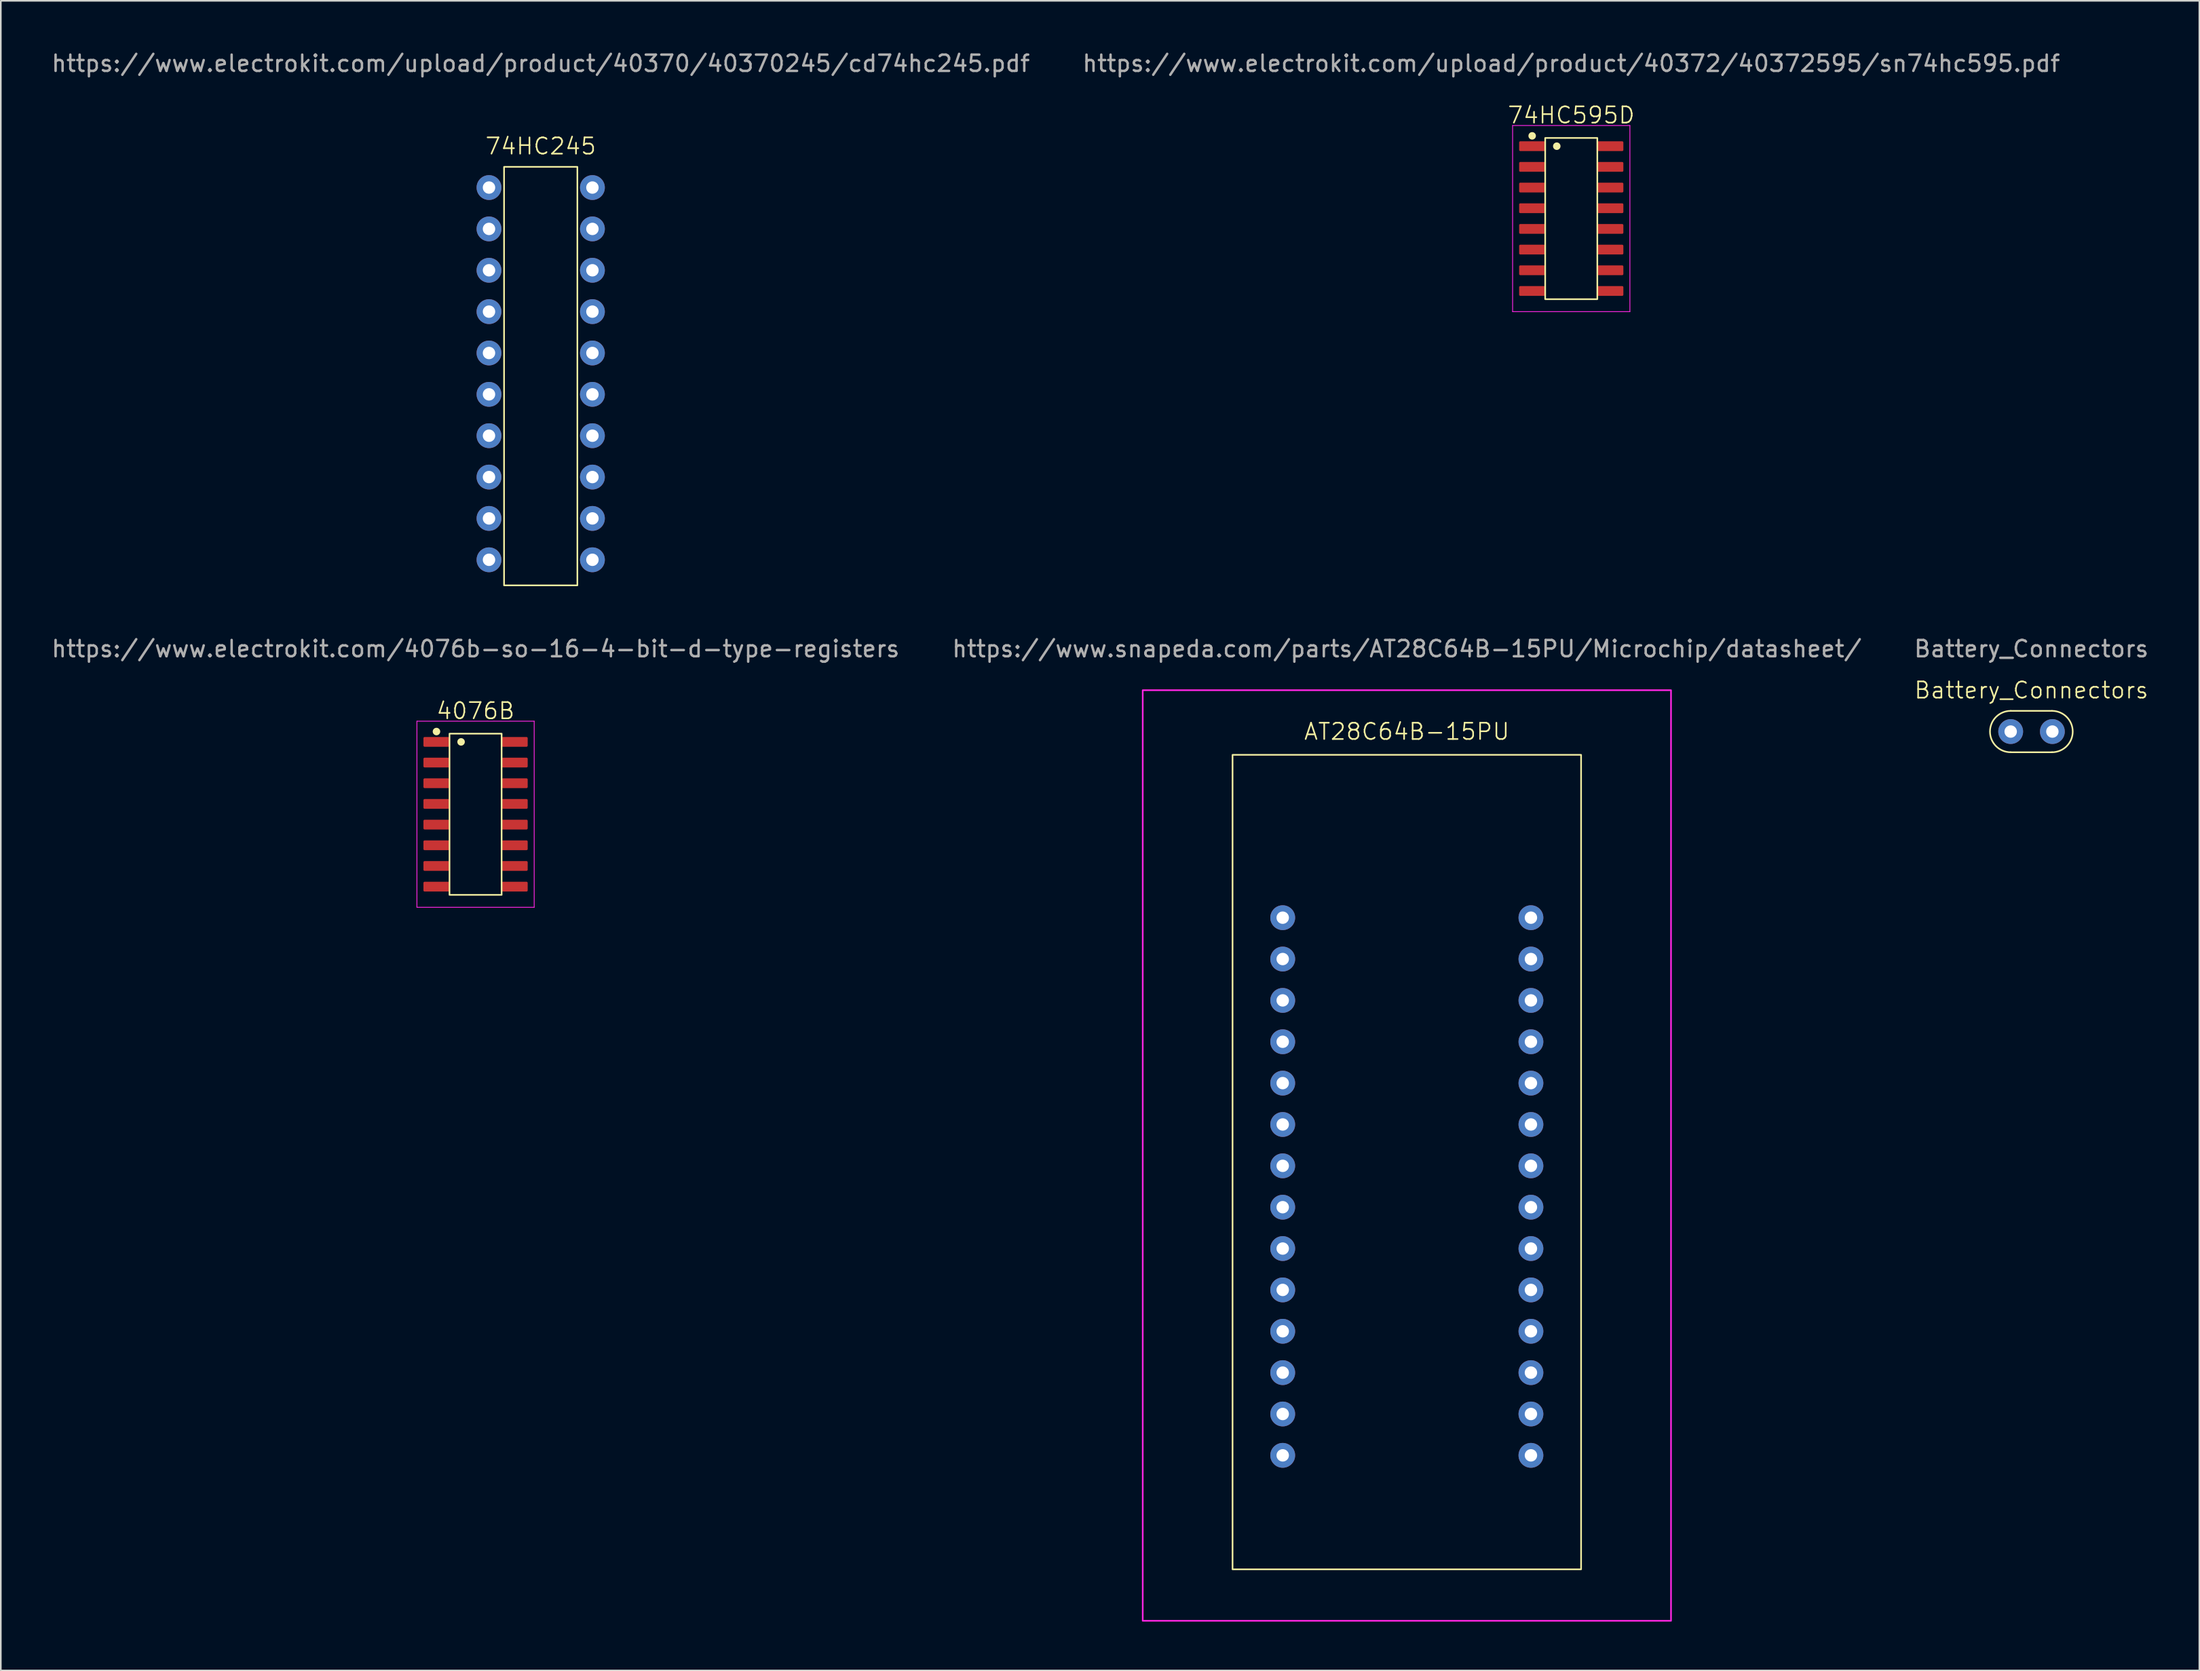
<source format=kicad_pcb>
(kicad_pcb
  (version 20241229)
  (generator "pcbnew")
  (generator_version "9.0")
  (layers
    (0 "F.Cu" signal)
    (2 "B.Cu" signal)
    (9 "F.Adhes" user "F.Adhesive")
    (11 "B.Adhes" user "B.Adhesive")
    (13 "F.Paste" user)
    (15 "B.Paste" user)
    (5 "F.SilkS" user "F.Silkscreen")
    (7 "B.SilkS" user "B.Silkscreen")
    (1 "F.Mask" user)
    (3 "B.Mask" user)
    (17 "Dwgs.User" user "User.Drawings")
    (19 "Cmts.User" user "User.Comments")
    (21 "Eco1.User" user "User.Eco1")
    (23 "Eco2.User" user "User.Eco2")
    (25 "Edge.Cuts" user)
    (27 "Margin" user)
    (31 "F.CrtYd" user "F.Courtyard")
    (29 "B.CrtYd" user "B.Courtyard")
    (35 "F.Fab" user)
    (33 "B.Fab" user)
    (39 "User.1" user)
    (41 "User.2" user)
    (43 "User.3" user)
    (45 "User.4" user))
  (footprint "4076B"
    (layer "F.Cu")
    (at 26.149 46.956)
    (property "Reference" "4076B" (at 0 -6.35 0) (unlocked yes) (layer "F.SilkS") (effects (font (size 1 1) (thickness 0.1))))
    (attr smd)
    (fp_rect (start -1.6 -4.95) (end 1.6 4.95) (stroke (width 0.1) (type solid)) (fill no) (layer "F.SilkS"))
    (fp_circle (center -2.4 -5.08) (end -2.22 -5.08) (stroke (width 0.1) (type solid)) (fill yes) (layer "F.SilkS"))
    (fp_circle (center -0.889 -4.445) (end -0.709 -4.445) (stroke (width 0.1) (type solid)) (fill yes) (layer "F.SilkS"))
    (fp_line (start -3.6 -5.715) (end -3.6 5.715) (stroke (width 0.05) (type default)) (layer "F.CrtYd"))
    (fp_line (start -3.6 5.715) (end 3.6 5.715) (stroke (width 0.05) (type default)) (layer "F.CrtYd"))
    (fp_line (start 3.6 -5.715) (end -3.6 -5.715) (stroke (width 0.05) (type default)) (layer "F.CrtYd"))
    (fp_line (start 3.6 5.715) (end 3.6 -5.715) (stroke (width 0.05) (type default)) (layer "F.CrtYd"))
    (fp_text user "https://www.electrokit.com/4076b-so-16-4-bit-d-type-registers" (at 0 -10.16 0) (unlocked yes) (layer "F.Fab") (effects (font (size 1 1) (thickness 0.15))))
    (pad "1" smd roundrect (at -2.4 -4.445) (size 1.6 0.6) (layers "F.Cu" "F.Mask" "F.Paste") (roundrect_rratio 0.117))
    (pad "2" smd roundrect (at -2.4 -3.175) (size 1.6 0.6) (layers "F.Cu" "F.Mask" "F.Paste") (roundrect_rratio 0.117))
    (pad "3" smd roundrect (at -2.4 -1.905) (size 1.6 0.6) (layers "F.Cu" "F.Mask" "F.Paste") (roundrect_rratio 0.117))
    (pad "4" smd roundrect (at -2.4 -0.635) (size 1.6 0.6) (layers "F.Cu" "F.Mask" "F.Paste") (roundrect_rratio 0.117))
    (pad "5" smd roundrect (at -2.4 0.635) (size 1.6 0.6) (layers "F.Cu" "F.Mask" "F.Paste") (roundrect_rratio 0.117))
    (pad "6" smd roundrect (at -2.4 1.905) (size 1.6 0.6) (layers "F.Cu" "F.Mask" "F.Paste") (roundrect_rratio 0.117))
    (pad "7" smd roundrect (at -2.4 3.175) (size 1.6 0.6) (layers "F.Cu" "F.Mask" "F.Paste") (roundrect_rratio 0.117))
    (pad "8" smd roundrect (at -2.4 4.445) (size 1.6 0.6) (layers "F.Cu" "F.Mask" "F.Paste") (roundrect_rratio 0.117))
    (pad "9" smd roundrect (at 2.4 4.445) (size 1.6 0.6) (layers "F.Cu" "F.Mask" "F.Paste") (roundrect_rratio 0.117))
    (pad "10" smd roundrect (at 2.4 3.175) (size 1.6 0.6) (layers "F.Cu" "F.Mask" "F.Paste") (roundrect_rratio 0.117))
    (pad "11" smd roundrect (at 2.4 1.905) (size 1.6 0.6) (layers "F.Cu" "F.Mask" "F.Paste") (roundrect_rratio 0.117))
    (pad "12" smd roundrect (at 2.4 0.635) (size 1.6 0.6) (layers "F.Cu" "F.Mask" "F.Paste") (roundrect_rratio 0.117))
    (pad "13" smd roundrect (at 2.4 -0.635) (size 1.6 0.6) (layers "F.Cu" "F.Mask" "F.Paste") (roundrect_rratio 0.117))
    (pad "14" smd roundrect (at 2.4 -1.905) (size 1.6 0.6) (layers "F.Cu" "F.Mask" "F.Paste") (roundrect_rratio 0.117))
    (pad "15" smd roundrect (at 2.4 -3.175) (size 1.6 0.6) (layers "F.Cu" "F.Mask" "F.Paste") (roundrect_rratio 0.117))
    (pad "16" smd roundrect (at 2.4 -4.445) (size 1.6 0.6) (layers "F.Cu" "F.Mask" "F.Paste") (roundrect_rratio 0.117)))
  (footprint "74HC595D"
    (layer "F.Cu")
    (at 93.423 10.373)
    (property "Reference" "74HC595D" (at 0 -6.35 0) (unlocked yes) (layer "F.SilkS") (effects (font (size 1 1) (thickness 0.1))))
    (attr smd)
    (fp_rect (start -1.6 -4.95) (end 1.6 4.95) (stroke (width 0.1) (type solid)) (fill no) (layer "F.SilkS"))
    (fp_circle (center -2.4 -5.08) (end -2.22 -5.08) (stroke (width 0.1) (type solid)) (fill yes) (layer "F.SilkS"))
    (fp_circle (center -0.889 -4.445) (end -0.709 -4.445) (stroke (width 0.1) (type solid)) (fill yes) (layer "F.SilkS"))
    (fp_line (start -3.6 -5.715) (end -3.6 5.715) (stroke (width 0.05) (type default)) (layer "F.CrtYd"))
    (fp_line (start -3.6 5.715) (end 3.6 5.715) (stroke (width 0.05) (type default)) (layer "F.CrtYd"))
    (fp_line (start 3.6 -5.715) (end -3.6 -5.715) (stroke (width 0.05) (type default)) (layer "F.CrtYd"))
    (fp_line (start 3.6 5.715) (end 3.6 -5.715) (stroke (width 0.05) (type default)) (layer "F.CrtYd"))
    (fp_text user "https://www.electrokit.com/upload/product/40372/40372595/sn74hc595.pdf" (at 0 -9.525 0) (unlocked yes) (layer "F.Fab") (effects (font (size 1 1) (thickness 0.15))))
    (pad "1" smd roundrect (at -2.4 -4.445) (size 1.6 0.6) (layers "F.Cu" "F.Mask" "F.Paste") (roundrect_rratio 0.117))
    (pad "2" smd roundrect (at -2.4 -3.175) (size 1.6 0.6) (layers "F.Cu" "F.Mask" "F.Paste") (roundrect_rratio 0.117))
    (pad "3" smd roundrect (at -2.4 -1.905) (size 1.6 0.6) (layers "F.Cu" "F.Mask" "F.Paste") (roundrect_rratio 0.117))
    (pad "4" smd roundrect (at -2.4 -0.635) (size 1.6 0.6) (layers "F.Cu" "F.Mask" "F.Paste") (roundrect_rratio 0.117))
    (pad "5" smd roundrect (at -2.4 0.635) (size 1.6 0.6) (layers "F.Cu" "F.Mask" "F.Paste") (roundrect_rratio 0.117))
    (pad "6" smd roundrect (at -2.4 1.905) (size 1.6 0.6) (layers "F.Cu" "F.Mask" "F.Paste") (roundrect_rratio 0.117))
    (pad "7" smd roundrect (at -2.4 3.175) (size 1.6 0.6) (layers "F.Cu" "F.Mask" "F.Paste") (roundrect_rratio 0.117))
    (pad "8" smd roundrect (at -2.4 4.445) (size 1.6 0.6) (layers "F.Cu" "F.Mask" "F.Paste") (roundrect_rratio 0.117))
    (pad "9" smd roundrect (at 2.4 4.445) (size 1.6 0.6) (layers "F.Cu" "F.Mask" "F.Paste") (roundrect_rratio 0.117))
    (pad "10" smd roundrect (at 2.4 3.175) (size 1.6 0.6) (layers "F.Cu" "F.Mask" "F.Paste") (roundrect_rratio 0.117))
    (pad "11" smd roundrect (at 2.4 1.905) (size 1.6 0.6) (layers "F.Cu" "F.Mask" "F.Paste") (roundrect_rratio 0.117))
    (pad "12" smd roundrect (at 2.4 0.635) (size 1.6 0.6) (layers "F.Cu" "F.Mask" "F.Paste") (roundrect_rratio 0.117))
    (pad "13" smd roundrect (at 2.4 -0.635) (size 1.6 0.6) (layers "F.Cu" "F.Mask" "F.Paste") (roundrect_rratio 0.117))
    (pad "14" smd roundrect (at 2.4 -1.905) (size 1.6 0.6) (layers "F.Cu" "F.Mask" "F.Paste") (roundrect_rratio 0.117))
    (pad "15" smd roundrect (at 2.4 -3.175) (size 1.6 0.6) (layers "F.Cu" "F.Mask" "F.Paste") (roundrect_rratio 0.117))
    (pad "16" smd roundrect (at 2.4 -4.445) (size 1.6 0.6) (layers "F.Cu" "F.Mask" "F.Paste") (roundrect_rratio 0.117)))
  (footprint "74HC245"
    (layer "F.Cu")
    (at 30.149 19.898)
    (property "Reference" "74HC245" (at 0 -13.97 0) (unlocked yes) (layer "F.SilkS") (effects (font (size 1 1) (thickness 0.1))))
    (attr through_hole)
    (fp_rect (start -2.25 -12.7) (end 2.25 13) (stroke (width 0.1) (type default)) (fill no) (layer "F.SilkS"))
    (fp_text user "https://www.electrokit.com/upload/product/40370/40370245/cd74hc245.pdf" (at 0 -19.05 0) (unlocked yes) (layer "F.Fab") (effects (font (size 1 1) (thickness 0.15))))
    (pad "1" thru_hole circle (at -3.175 -11.43) (size 1.524 1.524) (drill 0.762) (layers "*.Cu" "*.Mask"))
    (pad "2" thru_hole circle (at -3.175 -8.89) (size 1.524 1.524) (drill 0.762) (layers "*.Cu" "*.Mask"))
    (pad "3" thru_hole circle (at -3.175 -6.35) (size 1.524 1.524) (drill 0.762) (layers "*.Cu" "*.Mask"))
    (pad "4" thru_hole circle (at -3.175 -3.81) (size 1.524 1.524) (drill 0.762) (layers "*.Cu" "*.Mask"))
    (pad "5" thru_hole circle (at -3.175 -1.27) (size 1.524 1.524) (drill 0.762) (layers "*.Cu" "*.Mask"))
    (pad "6" thru_hole circle (at -3.175 1.27) (size 1.524 1.524) (drill 0.762) (layers "*.Cu" "*.Mask"))
    (pad "7" thru_hole circle (at -3.175 3.81) (size 1.524 1.524) (drill 0.762) (layers "*.Cu" "*.Mask"))
    (pad "8" thru_hole circle (at -3.175 6.35) (size 1.524 1.524) (drill 0.762) (layers "*.Cu" "*.Mask"))
    (pad "9" thru_hole circle (at -3.175 8.89) (size 1.524 1.524) (drill 0.762) (layers "*.Cu" "*.Mask"))
    (pad "10" thru_hole circle (at -3.175 11.43) (size 1.524 1.524) (drill 0.762) (layers "*.Cu" "*.Mask"))
    (pad "11" thru_hole circle (at 3.175 11.43) (size 1.524 1.524) (drill 0.762) (layers "*.Cu" "*.Mask"))
    (pad "12" thru_hole circle (at 3.175 8.89) (size 1.524 1.524) (drill 0.762) (layers "*.Cu" "*.Mask"))
    (pad "13" thru_hole circle (at 3.175 6.35) (size 1.524 1.524) (drill 0.762) (layers "*.Cu" "*.Mask"))
    (pad "14" thru_hole circle (at 3.175 3.81) (size 1.524 1.524) (drill 0.762) (layers "*.Cu" "*.Mask"))
    (pad "15" thru_hole circle (at 3.175 1.27) (size 1.524 1.524) (drill 0.762) (layers "*.Cu" "*.Mask"))
    (pad "16" thru_hole circle (at 3.175 -1.27) (size 1.524 1.524) (drill 0.762) (layers "*.Cu" "*.Mask"))
    (pad "17" thru_hole circle (at 3.175 -3.81) (size 1.524 1.524) (drill 0.762) (layers "*.Cu" "*.Mask"))
    (pad "18" thru_hole circle (at 3.175 -6.35) (size 1.524 1.524) (drill 0.762) (layers "*.Cu" "*.Mask"))
    (pad "19" thru_hole circle (at 3.175 -8.89) (size 1.524 1.524) (drill 0.762) (layers "*.Cu" "*.Mask"))
    (pad "20" thru_hole circle (at 3.175 -11.43) (size 1.524 1.524) (drill 0.762) (layers "*.Cu" "*.Mask")))
  (footprint "AT28C64B-15PU"
    (layer "F.Cu")
    (at 83.327 69.817)
    (property "Reference" "AT28C64B-15PU" (at 0 -27.94 0) (unlocked yes) (layer "F.SilkS") (effects (font (size 1 1) (thickness 0.1))))
    (attr through_hole)
    (fp_rect (start -10.7 -26.51) (end 10.7 23.51) (stroke (width 0.1) (type default)) (fill no) (layer "F.SilkS"))
    (fp_rect (start -16.215 -30.48) (end 16.221 26.67) (stroke (width 0.1) (type default)) (fill no) (layer "F.CrtYd"))
    (fp_text user "https://www.snapeda.com/parts/AT28C64B-15PU/Microchip/datasheet/" (at 0 -33.02 0) (unlocked yes) (layer "F.Fab") (effects (font (size 1 1) (thickness 0.15))))
    (pad "1" thru_hole circle (at -7.62 -16.51) (size 1.524 1.524) (drill 0.762) (layers "*.Cu" "*.Mask"))
    (pad "2" thru_hole circle (at -7.62 -13.97) (size 1.524 1.524) (drill 0.762) (layers "*.Cu" "*.Mask"))
    (pad "3" thru_hole circle (at -7.62 -11.43) (size 1.524 1.524) (drill 0.762) (layers "*.Cu" "*.Mask"))
    (pad "4" thru_hole circle (at -7.62 -8.89) (size 1.524 1.524) (drill 0.762) (layers "*.Cu" "*.Mask"))
    (pad "5" thru_hole circle (at -7.62 -6.35) (size 1.524 1.524) (drill 0.762) (layers "*.Cu" "*.Mask"))
    (pad "6" thru_hole circle (at -7.62 -3.81) (size 1.524 1.524) (drill 0.762) (layers "*.Cu" "*.Mask"))
    (pad "7" thru_hole circle (at -7.62 -1.27) (size 1.524 1.524) (drill 0.762) (layers "*.Cu" "*.Mask"))
    (pad "8" thru_hole circle (at -7.62 1.27) (size 1.524 1.524) (drill 0.762) (layers "*.Cu" "*.Mask"))
    (pad "9" thru_hole circle (at -7.62 3.81) (size 1.524 1.524) (drill 0.762) (layers "*.Cu" "*.Mask"))
    (pad "10" thru_hole circle (at -7.62 6.35) (size 1.524 1.524) (drill 0.762) (layers "*.Cu" "*.Mask"))
    (pad "11" thru_hole circle (at -7.62 8.89) (size 1.524 1.524) (drill 0.762) (layers "*.Cu" "*.Mask"))
    (pad "12" thru_hole circle (at -7.62 11.43) (size 1.524 1.524) (drill 0.762) (layers "*.Cu" "*.Mask"))
    (pad "13" thru_hole circle (at -7.62 13.97) (size 1.524 1.524) (drill 0.762) (layers "*.Cu" "*.Mask"))
    (pad "14" thru_hole circle (at -7.62 16.51) (size 1.524 1.524) (drill 0.762) (layers "*.Cu" "*.Mask"))
    (pad "15" thru_hole circle (at 7.62 16.51) (size 1.524 1.524) (drill 0.762) (layers "*.Cu" "*.Mask"))
    (pad "16" thru_hole circle (at 7.62 13.97) (size 1.524 1.524) (drill 0.762) (layers "*.Cu" "*.Mask"))
    (pad "17" thru_hole circle (at 7.62 11.43) (size 1.524 1.524) (drill 0.762) (layers "*.Cu" "*.Mask"))
    (pad "18" thru_hole circle (at 7.62 8.89) (size 1.524 1.524) (drill 0.762) (layers "*.Cu" "*.Mask"))
    (pad "19" thru_hole circle (at 7.62 6.35) (size 1.524 1.524) (drill 0.762) (layers "*.Cu" "*.Mask"))
    (pad "20" thru_hole circle (at 7.62 3.81) (size 1.524 1.524) (drill 0.762) (layers "*.Cu" "*.Mask"))
    (pad "21" thru_hole circle (at 7.62 1.27) (size 1.524 1.524) (drill 0.762) (layers "*.Cu" "*.Mask"))
    (pad "22" thru_hole circle (at 7.62 -1.27) (size 1.524 1.524) (drill 0.762) (layers "*.Cu" "*.Mask"))
    (pad "23" thru_hole circle (at 7.62 -3.81) (size 1.524 1.524) (drill 0.762) (layers "*.Cu" "*.Mask"))
    (pad "24" thru_hole circle (at 7.62 -6.35) (size 1.524 1.524) (drill 0.762) (layers "*.Cu" "*.Mask"))
    (pad "25" thru_hole circle (at 7.62 -8.89) (size 1.524 1.524) (drill 0.762) (layers "*.Cu" "*.Mask"))
    (pad "26" thru_hole circle (at 7.62 -11.43) (size 1.524 1.524) (drill 0.762) (layers "*.Cu" "*.Mask"))
    (pad "27" thru_hole circle (at 7.62 -13.97) (size 1.524 1.524) (drill 0.762) (layers "*.Cu" "*.Mask"))
    (pad "28" thru_hole circle (at 7.62 -16.51) (size 1.524 1.524) (drill 0.762) (layers "*.Cu" "*.Mask")))
  (footprint "Battery_Connectors"
    (layer "F.Cu")
    (at 121.673 41.877)
    (property "Reference" "Battery_Connectors" (at 0 -2.54 0) (unlocked yes) (layer "F.SilkS") (effects (font (size 1 1) (thickness 0.1))))
    (attr through_hole)
    (fp_line (start -1.27 -1.27) (end 1.27 -1.27) (stroke (width 0.1) (type default)) (layer "F.SilkS"))
    (fp_line (start 1.27 1.27) (end -1.27 1.27) (stroke (width 0.1) (type default)) (layer "F.SilkS"))
    (fp_arc (start -1.27 1.27) (mid -2.54 0) (end -1.27 -1.27) (stroke (width 0.1) (type default)) (layer "F.SilkS"))
    (fp_arc (start 1.27 -1.27) (mid 2.54 0) (end 1.27 1.27) (stroke (width 0.1) (type default)) (layer "F.SilkS"))
    (fp_text user "${REFERENCE}" (at 0 -5.08 0) (unlocked yes) (layer "F.Fab") (effects (font (size 1 1) (thickness 0.15))))
    (pad "1" thru_hole circle (at -1.27 0) (size 1.524 1.524) (drill 0.762) (layers "*.Cu" "*.Mask"))
    (pad "2" thru_hole circle (at 1.29 0) (size 1.524 1.524) (drill 0.762) (layers "*.Cu" "*.Mask")))
  (gr_rect
    (start -3 -3)
    (end 131.988 99.537)
    (stroke (width 0.1) (type default))
    (fill no)
    (layer "Edge.Cuts")))
</source>
